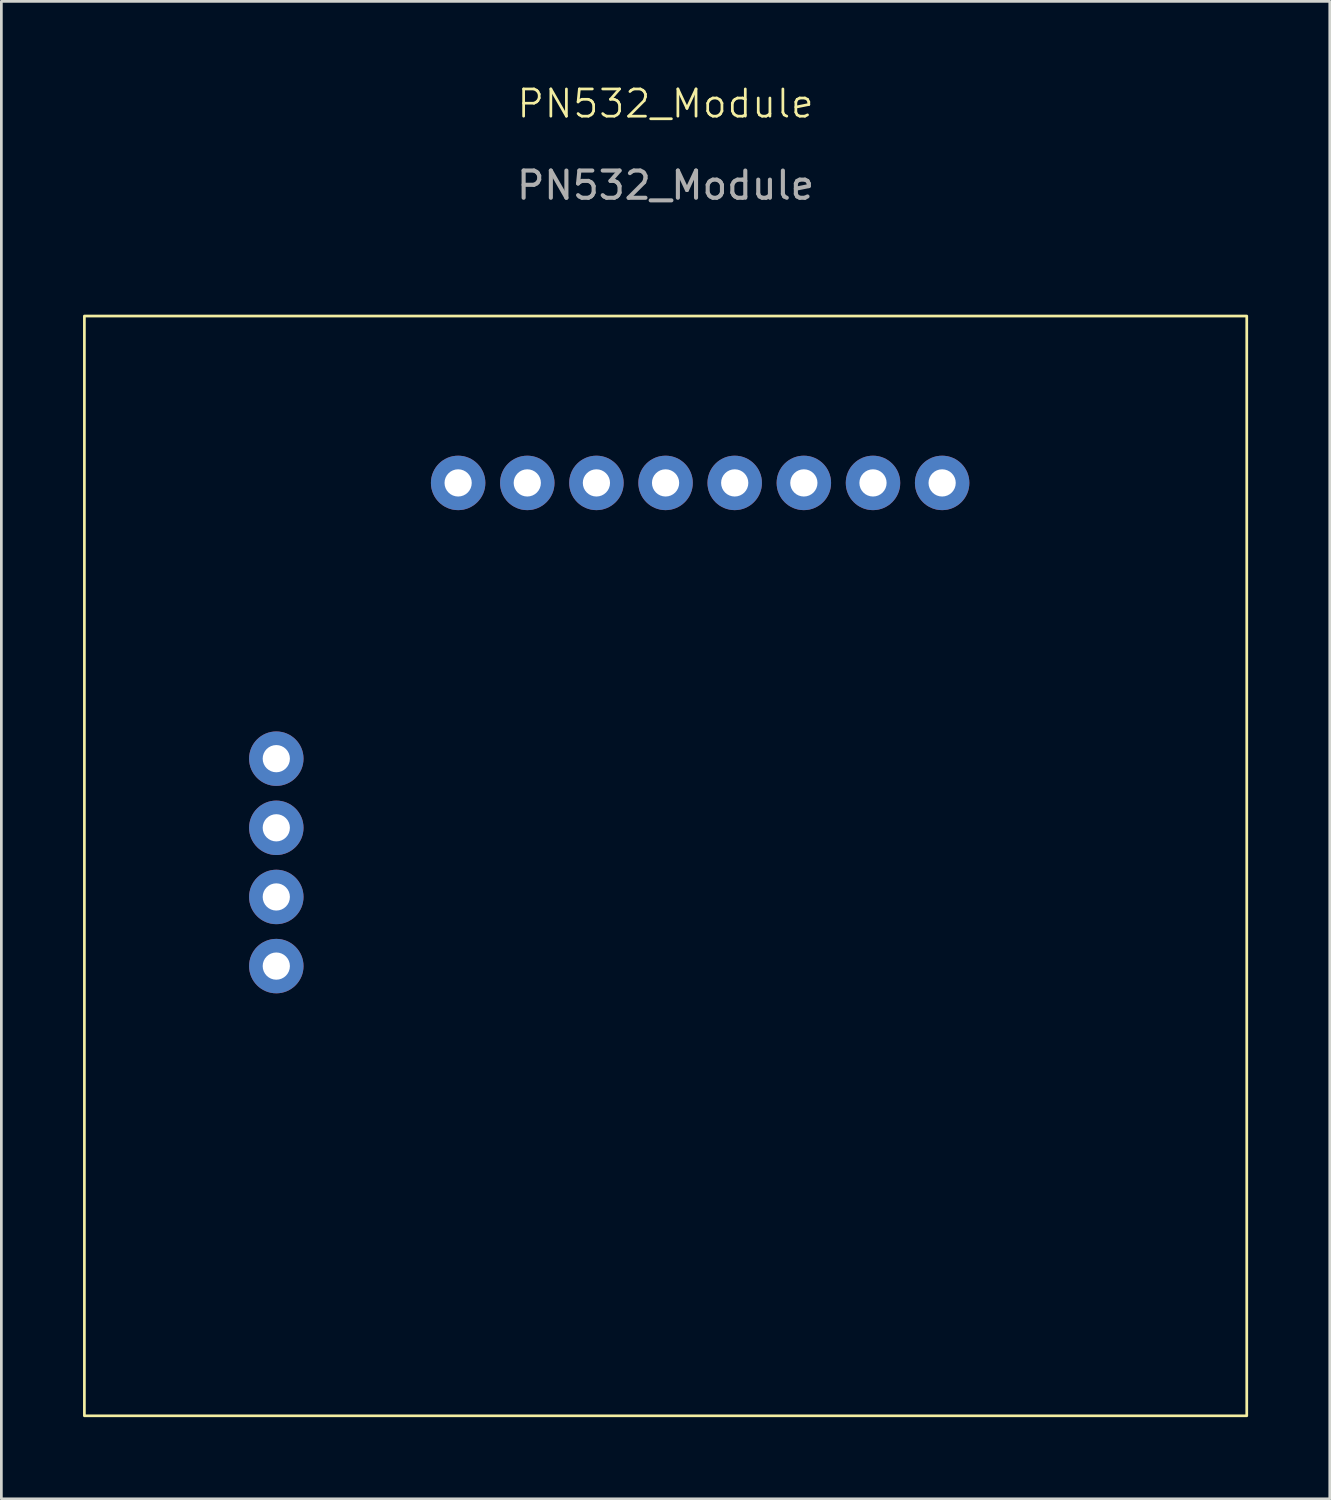
<source format=kicad_pcb>
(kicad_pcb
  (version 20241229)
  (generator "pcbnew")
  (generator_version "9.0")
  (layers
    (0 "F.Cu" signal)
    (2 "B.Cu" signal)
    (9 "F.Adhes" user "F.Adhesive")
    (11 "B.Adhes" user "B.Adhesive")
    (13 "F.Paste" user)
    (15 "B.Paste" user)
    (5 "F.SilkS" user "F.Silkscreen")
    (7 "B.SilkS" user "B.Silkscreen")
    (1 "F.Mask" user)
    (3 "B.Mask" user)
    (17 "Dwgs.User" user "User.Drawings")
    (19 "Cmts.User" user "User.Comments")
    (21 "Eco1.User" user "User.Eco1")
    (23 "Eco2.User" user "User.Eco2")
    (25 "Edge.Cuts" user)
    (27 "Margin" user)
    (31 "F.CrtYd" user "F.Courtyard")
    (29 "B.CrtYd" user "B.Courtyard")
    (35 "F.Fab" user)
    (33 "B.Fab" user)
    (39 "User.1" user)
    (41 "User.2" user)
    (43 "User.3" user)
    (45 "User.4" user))
  (footprint "PN532_Module"
    (layer "F.Cu")
    (at 21.4 28.66)
    (property "Reference" "PN532_Module" (at 0 -27.9 0) (unlocked yes) (layer "F.SilkS") (effects (font (size 1 1) (thickness 0.1))))
    (attr smd)
    (fp_rect (start -21.35 -20.1) (end 21.35 20.3) (stroke (width 0.1) (type default)) (fill no) (layer "F.SilkS"))
    (fp_text user "${REFERENCE}" (at 0 -24.9 0) (unlocked yes) (layer "F.Fab") (effects (font (size 1 1) (thickness 0.15))))
    (pad "1" thru_hole circle (at -14.3 -3.84 90) (size 2 2) (drill 1) (layers "*.Cu" "*.Mask"))
    (pad "2" thru_hole circle (at -14.3 -1.3 90) (size 2 2) (drill 1) (layers "*.Cu" "*.Mask"))
    (pad "3" thru_hole circle (at -14.3 1.24 90) (size 2 2) (drill 1) (layers "*.Cu" "*.Mask"))
    (pad "4" thru_hole circle (at -14.3 3.78 90) (size 2 2) (drill 1) (layers "*.Cu" "*.Mask"))
    (pad "5" thru_hole circle (at -7.62 -13.97 180) (size 2 2) (drill 1) (layers "*.Cu" "*.Mask"))
    (pad "6" thru_hole circle (at -5.08 -13.97 180) (size 2 2) (drill 1) (layers "*.Cu" "*.Mask"))
    (pad "7" thru_hole circle (at -2.54 -13.97 180) (size 2 2) (drill 1) (layers "*.Cu" "*.Mask"))
    (pad "8" thru_hole circle (at 0 -13.97 180) (size 2 2) (drill 1) (layers "*.Cu" "*.Mask"))
    (pad "9" thru_hole circle (at 2.54 -13.97 180) (size 2 2) (drill 1) (layers "*.Cu" "*.Mask"))
    (pad "10" thru_hole circle (at 5.08 -13.97 180) (size 2 2) (drill 1) (layers "*.Cu" "*.Mask"))
    (pad "11" thru_hole circle (at 7.62 -13.97 180) (size 2 2) (drill 1) (layers "*.Cu" "*.Mask"))
    (pad "12" thru_hole circle (at 10.16 -13.97 180) (size 2 2) (drill 1) (layers "*.Cu" "*.Mask")))
  (gr_rect
    (start -3 -3)
    (end 45.8 52.011)
    (stroke (width 0.1) (type default))
    (fill no)
    (layer "Edge.Cuts")))
</source>
